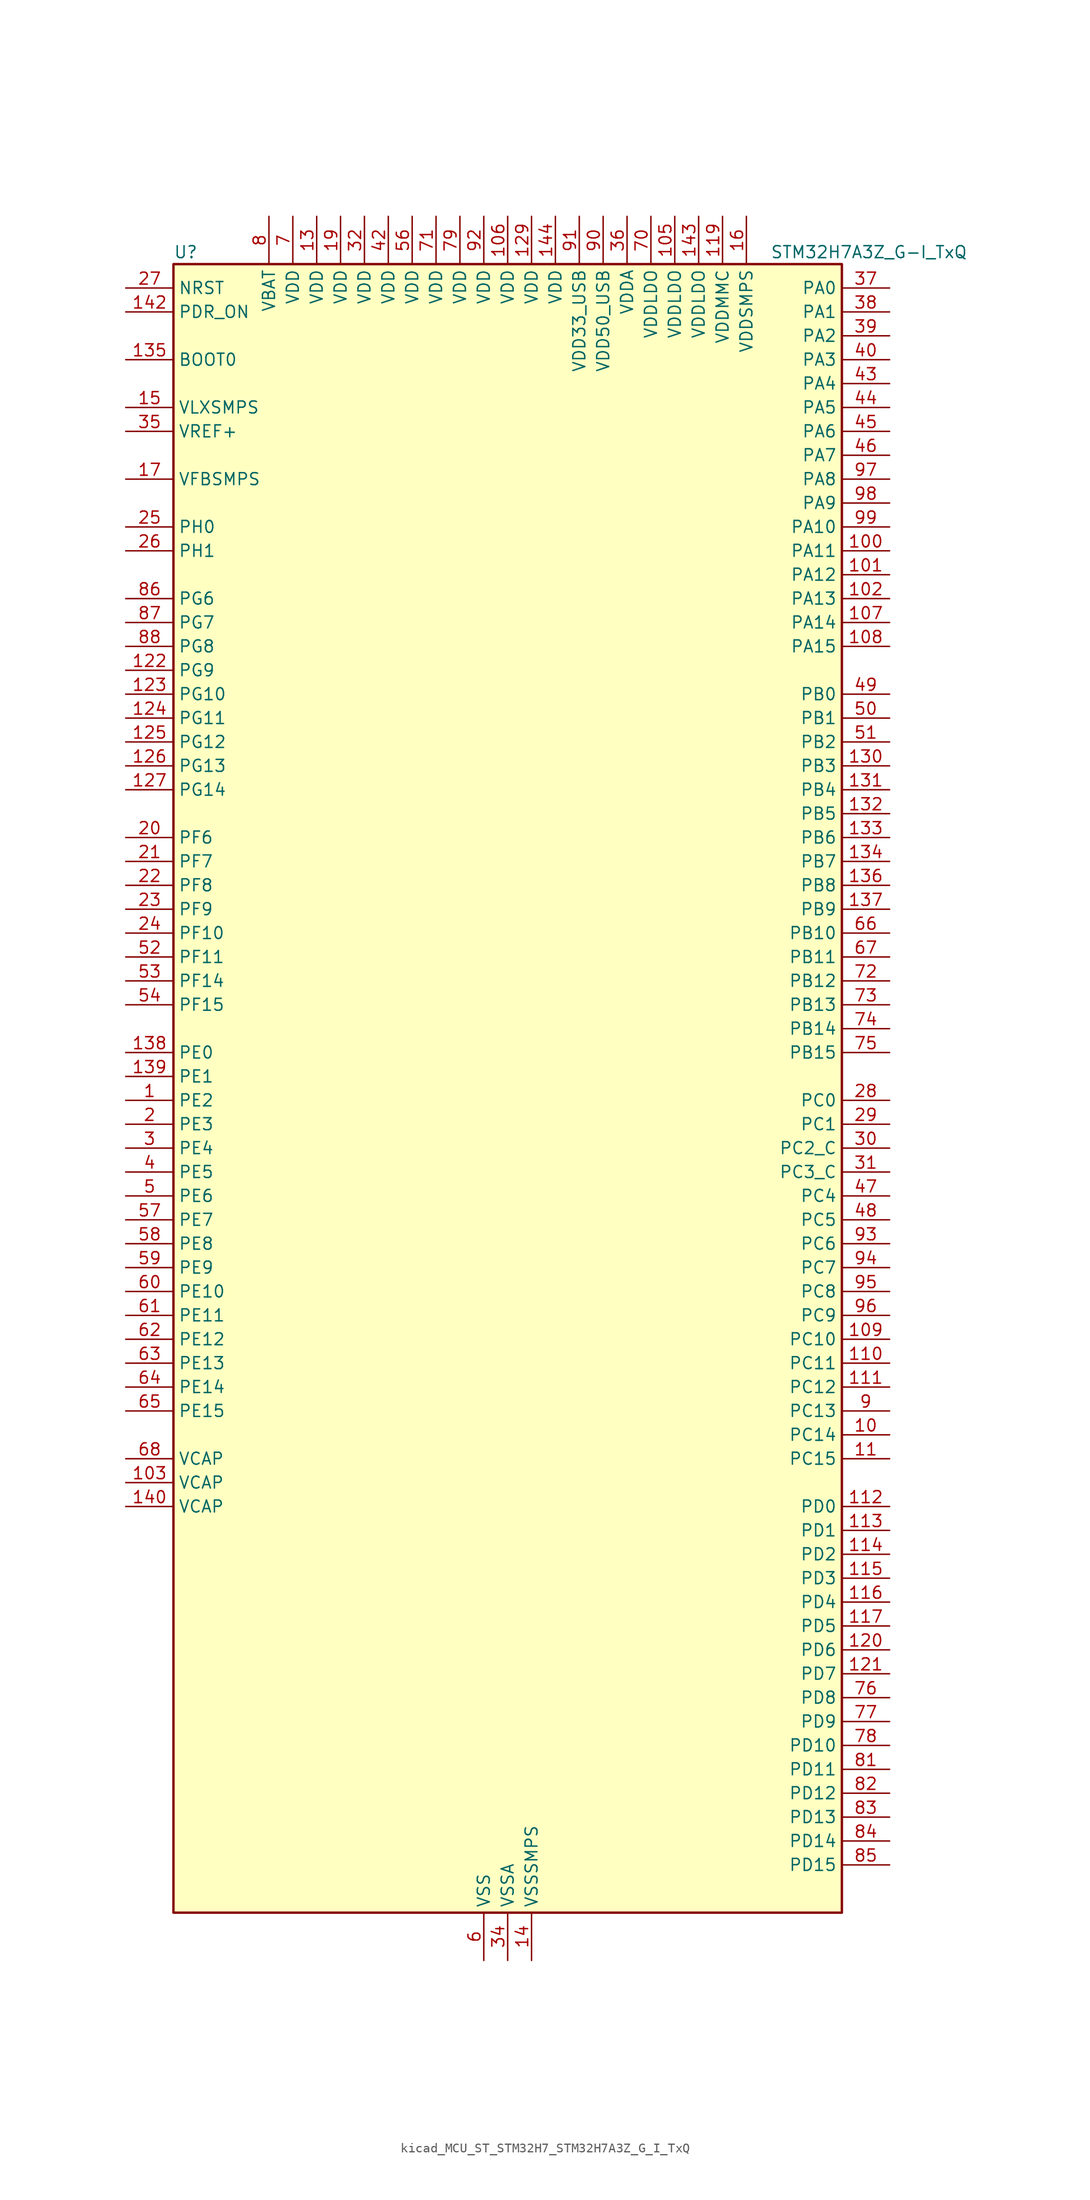
<source format=kicad_sym>
(kicad_symbol_lib
  (version 20220914)
  (generator kicad_symbol_editor)
  (symbol "kicad_MCU_ST_STM32H7_STM32H7A3Z_G_I_TxQ"
    (property "Reference" "U"
      (at -35.56 90.17 0)
      (effects (font (size 1.27 1.27)) (justify left)))
    (property "Value" "STM32H7A3Z_G-I_TxQ"
      (at 27.94 90.17 0)
      (effects (font (size 1.27 1.27)) (justify left)))
    (property "ki_locked" ""
      (at 0 0 0)
      (effects (font (size 1.27 1.27))))
    (symbol "kicad_MCU_ST_STM32H7_STM32H7A3Z_G_I_TxQ_0_1"
      (rectangle (start -35.56 -86.36) (end 35.56 88.9) (stroke (width 0.254) (type default)) (fill (type background))))
    (symbol "kicad_MCU_ST_STM32H7_STM32H7A3Z_G_I_TxQ_1_1"
      (pin bidirectional line (at -40.64 0 0) (length 5.08) (name "PE2" (effects (font (size 1.27 1.27)))) (number "1" (effects (font (size 1.27 1.27)))) (alternate "DEBUG_TRACECLK" bidirectional line) (alternate "FMC_A23" bidirectional line) (alternate "OCTOSPIM_P1_IO2" bidirectional line) (alternate "SAI1_CK1" bidirectional line) (alternate "SAI1_MCLK_A" bidirectional line) (alternate "SPI4_SCK" bidirectional line) (alternate "USART10_RX" bidirectional line))
      (pin bidirectional line (at 40.64 -35.56 180) (length 5.08) (name "PC14" (effects (font (size 1.27 1.27)))) (number "10" (effects (font (size 1.27 1.27)))) (alternate "RCC_OSC32_IN" bidirectional line))
      (pin bidirectional line (at 40.64 58.42 180) (length 5.08) (name "PA11" (effects (font (size 1.27 1.27)))) (number "100" (effects (font (size 1.27 1.27)))) (alternate "ADC1_EXTI11" bidirectional line) (alternate "ADC2_EXTI11" bidirectional line) (alternate "FDCAN1_RX" bidirectional line) (alternate "I2S2_WS" bidirectional line) (alternate "LPUART1_CTS" bidirectional line) (alternate "LTDC_R4" bidirectional line) (alternate "SPI2_NSS" bidirectional line) (alternate "TIM1_CH4" bidirectional line) (alternate "UART4_RX" bidirectional line) (alternate "USART1_CTS" bidirectional line) (alternate "USART1_NSS" bidirectional line) (alternate "USB_OTG_HS_DM" bidirectional line))
      (pin bidirectional line (at 40.64 55.88 180) (length 5.08) (name "PA12" (effects (font (size 1.27 1.27)))) (number "101" (effects (font (size 1.27 1.27)))) (alternate "FDCAN1_TX" bidirectional line) (alternate "I2S2_CK" bidirectional line) (alternate "LPUART1_DE" bidirectional line) (alternate "LPUART1_RTS" bidirectional line) (alternate "LTDC_R5" bidirectional line) (alternate "SAI2_FS_B" bidirectional line) (alternate "SPI2_SCK" bidirectional line) (alternate "TIM1_ETR" bidirectional line) (alternate "UART4_TX" bidirectional line) (alternate "USART1_DE" bidirectional line) (alternate "USART1_RTS" bidirectional line) (alternate "USB_OTG_HS_DP" bidirectional line))
      (pin bidirectional line (at 40.64 53.34 180) (length 5.08) (name "PA13" (effects (font (size 1.27 1.27)))) (number "102" (effects (font (size 1.27 1.27)))) (alternate "DEBUG_JTMS-SWDIO" bidirectional line))
      (pin power_out line (at -40.64 -40.64 0) (length 5.08) (name "VCAP" (effects (font (size 1.27 1.27)))) (number "103" (effects (font (size 1.27 1.27)))))
      (pin passive line (at -2.54 -91.44 90) (length 5.08) hide (name "VSS" (effects (font (size 1.27 1.27)))) (number "104" (effects (font (size 1.27 1.27)))))
      (pin power_in line (at 17.78 93.98 270) (length 5.08) (name "VDDLDO" (effects (font (size 1.27 1.27)))) (number "105" (effects (font (size 1.27 1.27)))))
      (pin power_in line (at 0 93.98 270) (length 5.08) (name "VDD" (effects (font (size 1.27 1.27)))) (number "106" (effects (font (size 1.27 1.27)))))
      (pin bidirectional line (at 40.64 50.8 180) (length 5.08) (name "PA14" (effects (font (size 1.27 1.27)))) (number "107" (effects (font (size 1.27 1.27)))) (alternate "DEBUG_JTCK-SWCLK" bidirectional line))
      (pin bidirectional line (at 40.64 48.26 180) (length 5.08) (name "PA15" (effects (font (size 1.27 1.27)))) (number "108" (effects (font (size 1.27 1.27)))) (alternate "ADC1_EXTI15" bidirectional line) (alternate "ADC2_EXTI15" bidirectional line) (alternate "CEC" bidirectional line) (alternate "DEBUG_JTDI" bidirectional line) (alternate "I2S1_WS" bidirectional line) (alternate "I2S3_WS" bidirectional line) (alternate "I2S6_WS" bidirectional line) (alternate "LTDC_B6" bidirectional line) (alternate "LTDC_R3" bidirectional line) (alternate "SPI1_NSS" bidirectional line) (alternate "SPI3_NSS" bidirectional line) (alternate "SPI6_NSS" bidirectional line) (alternate "TIM2_CH1" bidirectional line) (alternate "TIM2_ETR" bidirectional line) (alternate "UART4_DE" bidirectional line) (alternate "UART4_RTS" bidirectional line) (alternate "UART7_TX" bidirectional line))
      (pin bidirectional line (at 40.64 -25.4 180) (length 5.08) (name "PC10" (effects (font (size 1.27 1.27)))) (number "109" (effects (font (size 1.27 1.27)))) (alternate "DCMI_D8" bidirectional line) (alternate "DFSDM1_CKIN5" bidirectional line) (alternate "DFSDM2_CKIN0" bidirectional line) (alternate "I2S3_CK" bidirectional line) (alternate "LTDC_B1" bidirectional line) (alternate "LTDC_R2" bidirectional line) (alternate "OCTOSPIM_P1_IO1" bidirectional line) (alternate "PSSI_D8" bidirectional line) (alternate "SDMMC1_D2" bidirectional line) (alternate "SPI3_SCK" bidirectional line) (alternate "SWPMI1_RX" bidirectional line) (alternate "UART4_TX" bidirectional line) (alternate "USART3_TX" bidirectional line))
      (pin bidirectional line (at 40.64 -38.1 180) (length 5.08) (name "PC15" (effects (font (size 1.27 1.27)))) (number "11" (effects (font (size 1.27 1.27)))) (alternate "ADC1_EXTI15" bidirectional line) (alternate "ADC2_EXTI15" bidirectional line) (alternate "RCC_OSC32_OUT" bidirectional line))
      (pin bidirectional line (at 40.64 -27.94 180) (length 5.08) (name "PC11" (effects (font (size 1.27 1.27)))) (number "110" (effects (font (size 1.27 1.27)))) (alternate "ADC1_EXTI11" bidirectional line) (alternate "ADC2_EXTI11" bidirectional line) (alternate "DCMI_D4" bidirectional line) (alternate "DFSDM1_DATIN5" bidirectional line) (alternate "DFSDM2_DATIN0" bidirectional line) (alternate "I2S3_SDI" bidirectional line) (alternate "LTDC_B4" bidirectional line) (alternate "OCTOSPIM_P1_NCS" bidirectional line) (alternate "PSSI_D4" bidirectional line) (alternate "SDMMC1_D3" bidirectional line) (alternate "SPI3_MISO" bidirectional line) (alternate "UART4_RX" bidirectional line) (alternate "USART3_RX" bidirectional line))
      (pin bidirectional line (at 40.64 -30.48 180) (length 5.08) (name "PC12" (effects (font (size 1.27 1.27)))) (number "111" (effects (font (size 1.27 1.27)))) (alternate "DCMI_D9" bidirectional line) (alternate "DEBUG_TRACED3" bidirectional line) (alternate "DFSDM2_CKOUT" bidirectional line) (alternate "I2S3_SDO" bidirectional line) (alternate "I2S6_CK" bidirectional line) (alternate "LTDC_R6" bidirectional line) (alternate "PSSI_D9" bidirectional line) (alternate "SDMMC1_CK" bidirectional line) (alternate "SPI3_MOSI" bidirectional line) (alternate "SPI6_SCK" bidirectional line) (alternate "TIM15_CH1" bidirectional line) (alternate "UART5_TX" bidirectional line) (alternate "USART3_CK" bidirectional line))
      (pin bidirectional line (at 40.64 -43.18 180) (length 5.08) (name "PD0" (effects (font (size 1.27 1.27)))) (number "112" (effects (font (size 1.27 1.27)))) (alternate "DFSDM1_CKIN6" bidirectional line) (alternate "FDCAN1_RX" bidirectional line) (alternate "FMC_D2" bidirectional line) (alternate "FMC_DA2" bidirectional line) (alternate "LTDC_B1" bidirectional line) (alternate "UART4_RX" bidirectional line) (alternate "UART9_CTS" bidirectional line))
      (pin bidirectional line (at 40.64 -45.72 180) (length 5.08) (name "PD1" (effects (font (size 1.27 1.27)))) (number "113" (effects (font (size 1.27 1.27)))) (alternate "DFSDM1_DATIN6" bidirectional line) (alternate "FDCAN1_TX" bidirectional line) (alternate "FMC_D3" bidirectional line) (alternate "FMC_DA3" bidirectional line) (alternate "UART4_TX" bidirectional line))
      (pin bidirectional line (at 40.64 -48.26 180) (length 5.08) (name "PD2" (effects (font (size 1.27 1.27)))) (number "114" (effects (font (size 1.27 1.27)))) (alternate "DCMI_D11" bidirectional line) (alternate "DEBUG_TRACED2" bidirectional line) (alternate "LTDC_B2" bidirectional line) (alternate "LTDC_B7" bidirectional line) (alternate "PSSI_D11" bidirectional line) (alternate "SDMMC1_CMD" bidirectional line) (alternate "TIM15_BKIN" bidirectional line) (alternate "TIM3_ETR" bidirectional line) (alternate "UART5_RX" bidirectional line))
      (pin bidirectional line (at 40.64 -50.8 180) (length 5.08) (name "PD3" (effects (font (size 1.27 1.27)))) (number "115" (effects (font (size 1.27 1.27)))) (alternate "DCMI_D5" bidirectional line) (alternate "DFSDM1_CKOUT" bidirectional line) (alternate "FMC_CLK" bidirectional line) (alternate "I2S2_CK" bidirectional line) (alternate "LTDC_G7" bidirectional line) (alternate "PSSI_D5" bidirectional line) (alternate "SPI2_SCK" bidirectional line) (alternate "USART2_CTS" bidirectional line) (alternate "USART2_NSS" bidirectional line))
      (pin bidirectional line (at 40.64 -53.34 180) (length 5.08) (name "PD4" (effects (font (size 1.27 1.27)))) (number "116" (effects (font (size 1.27 1.27)))) (alternate "FMC_NOE" bidirectional line) (alternate "OCTOSPIM_P1_IO4" bidirectional line) (alternate "USART2_DE" bidirectional line) (alternate "USART2_RTS" bidirectional line))
      (pin bidirectional line (at 40.64 -55.88 180) (length 5.08) (name "PD5" (effects (font (size 1.27 1.27)))) (number "117" (effects (font (size 1.27 1.27)))) (alternate "FMC_NWE" bidirectional line) (alternate "OCTOSPIM_P1_IO5" bidirectional line) (alternate "USART2_TX" bidirectional line))
      (pin passive line (at -2.54 -91.44 90) (length 5.08) hide (name "VSS" (effects (font (size 1.27 1.27)))) (number "118" (effects (font (size 1.27 1.27)))))
      (pin power_in line (at 22.86 93.98 270) (length 5.08) (name "VDDMMC" (effects (font (size 1.27 1.27)))) (number "119" (effects (font (size 1.27 1.27)))))
      (pin passive line (at -2.54 -91.44 90) (length 5.08) hide (name "VSS" (effects (font (size 1.27 1.27)))) (number "12" (effects (font (size 1.27 1.27)))))
      (pin bidirectional line (at 40.64 -58.42 180) (length 5.08) (name "PD6" (effects (font (size 1.27 1.27)))) (number "120" (effects (font (size 1.27 1.27)))) (alternate "DCMI_D10" bidirectional line) (alternate "DFSDM1_CKIN4" bidirectional line) (alternate "DFSDM1_DATIN1" bidirectional line) (alternate "FMC_NWAIT" bidirectional line) (alternate "I2S3_SDO" bidirectional line) (alternate "LTDC_B2" bidirectional line) (alternate "OCTOSPIM_P1_IO6" bidirectional line) (alternate "PSSI_D10" bidirectional line) (alternate "SAI1_D1" bidirectional line) (alternate "SAI1_SD_A" bidirectional line) (alternate "SDMMC2_CK" bidirectional line) (alternate "SPI3_MOSI" bidirectional line) (alternate "USART2_RX" bidirectional line))
      (pin bidirectional line (at 40.64 -60.96 180) (length 5.08) (name "PD7" (effects (font (size 1.27 1.27)))) (number "121" (effects (font (size 1.27 1.27)))) (alternate "DFSDM1_CKIN1" bidirectional line) (alternate "DFSDM1_DATIN4" bidirectional line) (alternate "FMC_NE1" bidirectional line) (alternate "I2S1_SDO" bidirectional line) (alternate "OCTOSPIM_P1_IO7" bidirectional line) (alternate "SDMMC2_CMD" bidirectional line) (alternate "SPDIFRX_IN0" bidirectional line) (alternate "SPI1_MOSI" bidirectional line) (alternate "USART2_CK" bidirectional line))
      (pin bidirectional line (at -40.64 45.72 0) (length 5.08) (name "PG9" (effects (font (size 1.27 1.27)))) (number "122" (effects (font (size 1.27 1.27)))) (alternate "DAC1_EXTI9" bidirectional line) (alternate "DCMI_VSYNC" bidirectional line) (alternate "FMC_NCE" bidirectional line) (alternate "FMC_NE2" bidirectional line) (alternate "I2S1_SDI" bidirectional line) (alternate "OCTOSPIM_P1_IO6" bidirectional line) (alternate "PSSI_RDY" bidirectional line) (alternate "SAI2_FS_B" bidirectional line) (alternate "SDMMC2_D0" bidirectional line) (alternate "SPDIFRX_IN3" bidirectional line) (alternate "SPI1_MISO" bidirectional line) (alternate "USART6_RX" bidirectional line))
      (pin bidirectional line (at -40.64 43.18 0) (length 5.08) (name "PG10" (effects (font (size 1.27 1.27)))) (number "123" (effects (font (size 1.27 1.27)))) (alternate "DCMI_D2" bidirectional line) (alternate "FMC_NE3" bidirectional line) (alternate "I2S1_WS" bidirectional line) (alternate "LTDC_B2" bidirectional line) (alternate "LTDC_G3" bidirectional line) (alternate "OCTOSPIM_P2_IO6" bidirectional line) (alternate "PSSI_D2" bidirectional line) (alternate "SAI2_SD_B" bidirectional line) (alternate "SDMMC2_D1" bidirectional line) (alternate "SPI1_NSS" bidirectional line))
      (pin bidirectional line (at -40.64 40.64 0) (length 5.08) (name "PG11" (effects (font (size 1.27 1.27)))) (number "124" (effects (font (size 1.27 1.27)))) (alternate "ADC1_EXTI11" bidirectional line) (alternate "ADC2_EXTI11" bidirectional line) (alternate "DCMI_D3" bidirectional line) (alternate "I2S1_CK" bidirectional line) (alternate "LPTIM1_IN2" bidirectional line) (alternate "LTDC_B3" bidirectional line) (alternate "OCTOSPIM_P2_IO7" bidirectional line) (alternate "PSSI_D3" bidirectional line) (alternate "SDMMC2_D2" bidirectional line) (alternate "SPDIFRX_IN0" bidirectional line) (alternate "SPI1_SCK" bidirectional line) (alternate "USART10_RX" bidirectional line))
      (pin bidirectional line (at -40.64 38.1 0) (length 5.08) (name "PG12" (effects (font (size 1.27 1.27)))) (number "125" (effects (font (size 1.27 1.27)))) (alternate "FMC_NE4" bidirectional line) (alternate "I2S6_SDI" bidirectional line) (alternate "LPTIM1_IN1" bidirectional line) (alternate "LTDC_B1" bidirectional line) (alternate "LTDC_B4" bidirectional line) (alternate "OCTOSPIM_P2_NCS" bidirectional line) (alternate "SDMMC2_D3" bidirectional line) (alternate "SPDIFRX_IN1" bidirectional line) (alternate "SPI6_MISO" bidirectional line) (alternate "USART10_TX" bidirectional line) (alternate "USART6_DE" bidirectional line) (alternate "USART6_RTS" bidirectional line))
      (pin bidirectional line (at -40.64 35.56 0) (length 5.08) (name "PG13" (effects (font (size 1.27 1.27)))) (number "126" (effects (font (size 1.27 1.27)))) (alternate "DEBUG_TRACED0" bidirectional line) (alternate "FMC_A24" bidirectional line) (alternate "I2S6_CK" bidirectional line) (alternate "LPTIM1_OUT" bidirectional line) (alternate "LTDC_R0" bidirectional line) (alternate "SDMMC2_D6" bidirectional line) (alternate "SPI6_SCK" bidirectional line) (alternate "USART10_CTS" bidirectional line) (alternate "USART10_NSS" bidirectional line) (alternate "USART6_CTS" bidirectional line) (alternate "USART6_NSS" bidirectional line))
      (pin bidirectional line (at -40.64 33.02 0) (length 5.08) (name "PG14" (effects (font (size 1.27 1.27)))) (number "127" (effects (font (size 1.27 1.27)))) (alternate "DEBUG_TRACED1" bidirectional line) (alternate "FMC_A25" bidirectional line) (alternate "I2S6_SDO" bidirectional line) (alternate "LPTIM1_ETR" bidirectional line) (alternate "LTDC_B0" bidirectional line) (alternate "OCTOSPIM_P1_IO7" bidirectional line) (alternate "SDMMC2_D7" bidirectional line) (alternate "SPI6_MOSI" bidirectional line) (alternate "USART10_DE" bidirectional line) (alternate "USART10_RTS" bidirectional line) (alternate "USART6_TX" bidirectional line))
      (pin passive line (at -2.54 -91.44 90) (length 5.08) hide (name "VSS" (effects (font (size 1.27 1.27)))) (number "128" (effects (font (size 1.27 1.27)))))
      (pin power_in line (at 2.54 93.98 270) (length 5.08) (name "VDD" (effects (font (size 1.27 1.27)))) (number "129" (effects (font (size 1.27 1.27)))))
      (pin power_in line (at -20.32 93.98 270) (length 5.08) (name "VDD" (effects (font (size 1.27 1.27)))) (number "13" (effects (font (size 1.27 1.27)))))
      (pin bidirectional line (at 40.64 35.56 180) (length 5.08) (name "PB3" (effects (font (size 1.27 1.27)))) (number "130" (effects (font (size 1.27 1.27)))) (alternate "CRS_SYNC" bidirectional line) (alternate "DEBUG_JTDO-SWO" bidirectional line) (alternate "I2S1_CK" bidirectional line) (alternate "I2S3_CK" bidirectional line) (alternate "I2S6_CK" bidirectional line) (alternate "SDMMC2_D2" bidirectional line) (alternate "SPI1_SCK" bidirectional line) (alternate "SPI3_SCK" bidirectional line) (alternate "SPI6_SCK" bidirectional line) (alternate "TIM2_CH2" bidirectional line) (alternate "UART7_RX" bidirectional line))
      (pin bidirectional line (at 40.64 33.02 180) (length 5.08) (name "PB4" (effects (font (size 1.27 1.27)))) (number "131" (effects (font (size 1.27 1.27)))) (alternate "DEBUG_JTRST" bidirectional line) (alternate "I2S1_SDI" bidirectional line) (alternate "I2S2_WS" bidirectional line) (alternate "I2S3_SDI" bidirectional line) (alternate "I2S6_SDI" bidirectional line) (alternate "SDMMC2_D3" bidirectional line) (alternate "SPI1_MISO" bidirectional line) (alternate "SPI2_NSS" bidirectional line) (alternate "SPI3_MISO" bidirectional line) (alternate "SPI6_MISO" bidirectional line) (alternate "TIM16_BKIN" bidirectional line) (alternate "TIM3_CH1" bidirectional line) (alternate "UART7_TX" bidirectional line))
      (pin bidirectional line (at 40.64 30.48 180) (length 5.08) (name "PB5" (effects (font (size 1.27 1.27)))) (number "132" (effects (font (size 1.27 1.27)))) (alternate "DCMI_D10" bidirectional line) (alternate "FDCAN2_RX" bidirectional line) (alternate "FMC_SDCKE1" bidirectional line) (alternate "I2C1_SMBA" bidirectional line) (alternate "I2C4_SMBA" bidirectional line) (alternate "I2S1_SDO" bidirectional line) (alternate "I2S3_SDO" bidirectional line) (alternate "I2S6_SDO" bidirectional line) (alternate "LTDC_B5" bidirectional line) (alternate "PSSI_D10" bidirectional line) (alternate "SPI1_MOSI" bidirectional line) (alternate "SPI3_MOSI" bidirectional line) (alternate "SPI6_MOSI" bidirectional line) (alternate "TIM17_BKIN" bidirectional line) (alternate "TIM3_CH2" bidirectional line) (alternate "UART5_RX" bidirectional line) (alternate "USB_OTG_HS_ULPI_D7" bidirectional line))
      (pin bidirectional line (at 40.64 27.94 180) (length 5.08) (name "PB6" (effects (font (size 1.27 1.27)))) (number "133" (effects (font (size 1.27 1.27)))) (alternate "CEC" bidirectional line) (alternate "DCMI_D5" bidirectional line) (alternate "DFSDM1_DATIN5" bidirectional line) (alternate "FDCAN2_TX" bidirectional line) (alternate "FMC_SDNE1" bidirectional line) (alternate "I2C1_SCL" bidirectional line) (alternate "I2C4_SCL" bidirectional line) (alternate "LPUART1_TX" bidirectional line) (alternate "OCTOSPIM_P1_NCS" bidirectional line) (alternate "PSSI_D5" bidirectional line) (alternate "TIM16_CH1N" bidirectional line) (alternate "TIM4_CH1" bidirectional line) (alternate "UART5_TX" bidirectional line) (alternate "USART1_TX" bidirectional line))
      (pin bidirectional line (at 40.64 25.4 180) (length 5.08) (name "PB7" (effects (font (size 1.27 1.27)))) (number "134" (effects (font (size 1.27 1.27)))) (alternate "DCMI_VSYNC" bidirectional line) (alternate "DFSDM1_CKIN5" bidirectional line) (alternate "FMC_NL" bidirectional line) (alternate "I2C1_SDA" bidirectional line) (alternate "I2C4_SDA" bidirectional line) (alternate "LPUART1_RX" bidirectional line) (alternate "PSSI_RDY" bidirectional line) (alternate "PWR_PVD_IN" bidirectional line) (alternate "TIM17_CH1N" bidirectional line) (alternate "TIM4_CH2" bidirectional line) (alternate "USART1_RX" bidirectional line))
      (pin input line (at -40.64 78.74 0) (length 5.08) (name "BOOT0" (effects (font (size 1.27 1.27)))) (number "135" (effects (font (size 1.27 1.27)))))
      (pin bidirectional line (at 40.64 22.86 180) (length 5.08) (name "PB8" (effects (font (size 1.27 1.27)))) (number "136" (effects (font (size 1.27 1.27)))) (alternate "DCMI_D6" bidirectional line) (alternate "DFSDM1_CKIN7" bidirectional line) (alternate "FDCAN1_RX" bidirectional line) (alternate "I2C1_SCL" bidirectional line) (alternate "I2C4_SCL" bidirectional line) (alternate "LTDC_B6" bidirectional line) (alternate "PSSI_D6" bidirectional line) (alternate "SDMMC1_CKIN" bidirectional line) (alternate "SDMMC1_D4" bidirectional line) (alternate "SDMMC2_D4" bidirectional line) (alternate "TIM16_CH1" bidirectional line) (alternate "TIM4_CH3" bidirectional line) (alternate "UART4_RX" bidirectional line))
      (pin bidirectional line (at 40.64 20.32 180) (length 5.08) (name "PB9" (effects (font (size 1.27 1.27)))) (number "137" (effects (font (size 1.27 1.27)))) (alternate "DAC1_EXTI9" bidirectional line) (alternate "DCMI_D7" bidirectional line) (alternate "DFSDM1_DATIN7" bidirectional line) (alternate "FDCAN1_TX" bidirectional line) (alternate "I2C1_SDA" bidirectional line) (alternate "I2C4_SDA" bidirectional line) (alternate "I2C4_SMBA" bidirectional line) (alternate "I2S2_WS" bidirectional line) (alternate "LTDC_B7" bidirectional line) (alternate "PSSI_D7" bidirectional line) (alternate "SDMMC1_CDIR" bidirectional line) (alternate "SDMMC1_D5" bidirectional line) (alternate "SDMMC2_D5" bidirectional line) (alternate "SPI2_NSS" bidirectional line) (alternate "TIM17_CH1" bidirectional line) (alternate "TIM4_CH4" bidirectional line) (alternate "UART4_TX" bidirectional line))
      (pin bidirectional line (at -40.64 5.08 0) (length 5.08) (name "PE0" (effects (font (size 1.27 1.27)))) (number "138" (effects (font (size 1.27 1.27)))) (alternate "DCMI_D2" bidirectional line) (alternate "FMC_NBL0" bidirectional line) (alternate "LPTIM1_ETR" bidirectional line) (alternate "LPTIM2_ETR" bidirectional line) (alternate "LTDC_R0" bidirectional line) (alternate "PSSI_D2" bidirectional line) (alternate "SAI2_MCLK_A" bidirectional line) (alternate "TIM4_ETR" bidirectional line) (alternate "UART8_RX" bidirectional line))
      (pin bidirectional line (at -40.64 2.54 0) (length 5.08) (name "PE1" (effects (font (size 1.27 1.27)))) (number "139" (effects (font (size 1.27 1.27)))) (alternate "DCMI_D3" bidirectional line) (alternate "FMC_NBL1" bidirectional line) (alternate "LPTIM1_IN2" bidirectional line) (alternate "LTDC_R6" bidirectional line) (alternate "PSSI_D3" bidirectional line) (alternate "UART8_TX" bidirectional line))
      (pin power_in line (at 2.54 -91.44 90) (length 5.08) (name "VSSSMPS" (effects (font (size 1.27 1.27)))) (number "14" (effects (font (size 1.27 1.27)))))
      (pin power_out line (at -40.64 -43.18 0) (length 5.08) (name "VCAP" (effects (font (size 1.27 1.27)))) (number "140" (effects (font (size 1.27 1.27)))))
      (pin passive line (at -2.54 -91.44 90) (length 5.08) hide (name "VSS" (effects (font (size 1.27 1.27)))) (number "141" (effects (font (size 1.27 1.27)))))
      (pin input line (at -40.64 83.82 0) (length 5.08) (name "PDR_ON" (effects (font (size 1.27 1.27)))) (number "142" (effects (font (size 1.27 1.27)))))
      (pin power_in line (at 20.32 93.98 270) (length 5.08) (name "VDDLDO" (effects (font (size 1.27 1.27)))) (number "143" (effects (font (size 1.27 1.27)))))
      (pin power_in line (at 5.08 93.98 270) (length 5.08) (name "VDD" (effects (font (size 1.27 1.27)))) (number "144" (effects (font (size 1.27 1.27)))))
      (pin power_in line (at -40.64 73.66 0) (length 5.08) (name "VLXSMPS" (effects (font (size 1.27 1.27)))) (number "15" (effects (font (size 1.27 1.27)))))
      (pin power_in line (at 25.4 93.98 270) (length 5.08) (name "VDDSMPS" (effects (font (size 1.27 1.27)))) (number "16" (effects (font (size 1.27 1.27)))))
      (pin input line (at -40.64 66.04 0) (length 5.08) (name "VFBSMPS" (effects (font (size 1.27 1.27)))) (number "17" (effects (font (size 1.27 1.27)))))
      (pin passive line (at -2.54 -91.44 90) (length 5.08) hide (name "VSS" (effects (font (size 1.27 1.27)))) (number "18" (effects (font (size 1.27 1.27)))))
      (pin power_in line (at -17.78 93.98 270) (length 5.08) (name "VDD" (effects (font (size 1.27 1.27)))) (number "19" (effects (font (size 1.27 1.27)))))
      (pin bidirectional line (at -40.64 -2.54 0) (length 5.08) (name "PE3" (effects (font (size 1.27 1.27)))) (number "2" (effects (font (size 1.27 1.27)))) (alternate "DEBUG_TRACED0" bidirectional line) (alternate "FMC_A19" bidirectional line) (alternate "SAI1_SD_B" bidirectional line) (alternate "TIM15_BKIN" bidirectional line) (alternate "USART10_TX" bidirectional line))
      (pin bidirectional line (at -40.64 27.94 0) (length 5.08) (name "PF6" (effects (font (size 1.27 1.27)))) (number "20" (effects (font (size 1.27 1.27)))) (alternate "OCTOSPIM_P1_IO3" bidirectional line) (alternate "SAI1_SD_B" bidirectional line) (alternate "SPI5_NSS" bidirectional line) (alternate "TIM16_CH1" bidirectional line) (alternate "UART7_RX" bidirectional line))
      (pin bidirectional line (at -40.64 25.4 0) (length 5.08) (name "PF7" (effects (font (size 1.27 1.27)))) (number "21" (effects (font (size 1.27 1.27)))) (alternate "OCTOSPIM_P1_IO2" bidirectional line) (alternate "SAI1_MCLK_B" bidirectional line) (alternate "SPI5_SCK" bidirectional line) (alternate "TIM17_CH1" bidirectional line) (alternate "UART7_TX" bidirectional line))
      (pin bidirectional line (at -40.64 22.86 0) (length 5.08) (name "PF8" (effects (font (size 1.27 1.27)))) (number "22" (effects (font (size 1.27 1.27)))) (alternate "OCTOSPIM_P1_IO0" bidirectional line) (alternate "SAI1_SCK_B" bidirectional line) (alternate "SPI5_MISO" bidirectional line) (alternate "TIM13_CH1" bidirectional line) (alternate "TIM16_CH1N" bidirectional line) (alternate "UART7_DE" bidirectional line) (alternate "UART7_RTS" bidirectional line))
      (pin bidirectional line (at -40.64 20.32 0) (length 5.08) (name "PF9" (effects (font (size 1.27 1.27)))) (number "23" (effects (font (size 1.27 1.27)))) (alternate "DAC1_EXTI9" bidirectional line) (alternate "OCTOSPIM_P1_IO1" bidirectional line) (alternate "SAI1_FS_B" bidirectional line) (alternate "SPI5_MOSI" bidirectional line) (alternate "TIM14_CH1" bidirectional line) (alternate "TIM17_CH1N" bidirectional line) (alternate "UART7_CTS" bidirectional line))
      (pin bidirectional line (at -40.64 17.78 0) (length 5.08) (name "PF10" (effects (font (size 1.27 1.27)))) (number "24" (effects (font (size 1.27 1.27)))) (alternate "DCMI_D11" bidirectional line) (alternate "LTDC_DE" bidirectional line) (alternate "OCTOSPIM_P1_CLK" bidirectional line) (alternate "PSSI_D11" bidirectional line) (alternate "PSSI_D15" bidirectional line) (alternate "SAI1_D3" bidirectional line) (alternate "TIM16_BKIN" bidirectional line))
      (pin bidirectional line (at -40.64 60.96 0) (length 5.08) (name "PH0" (effects (font (size 1.27 1.27)))) (number "25" (effects (font (size 1.27 1.27)))) (alternate "RCC_OSC_IN" bidirectional line))
      (pin bidirectional line (at -40.64 58.42 0) (length 5.08) (name "PH1" (effects (font (size 1.27 1.27)))) (number "26" (effects (font (size 1.27 1.27)))) (alternate "RCC_OSC_OUT" bidirectional line))
      (pin input line (at -40.64 86.36 0) (length 5.08) (name "NRST" (effects (font (size 1.27 1.27)))) (number "27" (effects (font (size 1.27 1.27)))))
      (pin bidirectional line (at 40.64 0 180) (length 5.08) (name "PC0" (effects (font (size 1.27 1.27)))) (number "28" (effects (font (size 1.27 1.27)))) (alternate "ADC1_INP10" bidirectional line) (alternate "ADC2_INP10" bidirectional line) (alternate "DFSDM1_CKIN0" bidirectional line) (alternate "DFSDM1_DATIN4" bidirectional line) (alternate "FMC_A25" bidirectional line) (alternate "FMC_SDNWE" bidirectional line) (alternate "LTDC_G2" bidirectional line) (alternate "LTDC_R5" bidirectional line) (alternate "SAI2_FS_B" bidirectional line) (alternate "USB_OTG_HS_ULPI_STP" bidirectional line))
      (pin bidirectional line (at 40.64 -2.54 180) (length 5.08) (name "PC1" (effects (font (size 1.27 1.27)))) (number "29" (effects (font (size 1.27 1.27)))) (alternate "ADC1_INN10" bidirectional line) (alternate "ADC1_INP11" bidirectional line) (alternate "ADC2_INN10" bidirectional line) (alternate "ADC2_INP11" bidirectional line) (alternate "DEBUG_TRACED0" bidirectional line) (alternate "DFSDM1_CKIN4" bidirectional line) (alternate "DFSDM1_DATIN0" bidirectional line) (alternate "I2S2_SDO" bidirectional line) (alternate "LTDC_G5" bidirectional line) (alternate "MDIOS_MDC" bidirectional line) (alternate "OCTOSPIM_P1_IO4" bidirectional line) (alternate "PWR_WKUP6" bidirectional line) (alternate "RTC_TAMP3" bidirectional line) (alternate "SAI1_D1" bidirectional line) (alternate "SAI1_SD_A" bidirectional line) (alternate "SDMMC2_CK" bidirectional line) (alternate "SPI2_MOSI" bidirectional line))
      (pin bidirectional line (at -40.64 -5.08 0) (length 5.08) (name "PE4" (effects (font (size 1.27 1.27)))) (number "3" (effects (font (size 1.27 1.27)))) (alternate "DCMI_D4" bidirectional line) (alternate "DEBUG_TRACED1" bidirectional line) (alternate "DFSDM1_DATIN3" bidirectional line) (alternate "FMC_A20" bidirectional line) (alternate "LTDC_B0" bidirectional line) (alternate "PSSI_D4" bidirectional line) (alternate "SAI1_D2" bidirectional line) (alternate "SAI1_FS_A" bidirectional line) (alternate "SPI4_NSS" bidirectional line) (alternate "TIM15_CH1N" bidirectional line))
      (pin bidirectional line (at 40.64 -5.08 180) (length 5.08) (name "PC2_C" (effects (font (size 1.27 1.27)))) (number "30" (effects (font (size 1.27 1.27)))) (alternate "ADC2_INN1" bidirectional line) (alternate "ADC2_INP0" bidirectional line) (alternate "DFSDM1_CKIN1" bidirectional line) (alternate "DFSDM1_CKOUT" bidirectional line) (alternate "FMC_SDNE0" bidirectional line) (alternate "I2S2_SDI" bidirectional line) (alternate "OCTOSPIM_P1_IO2" bidirectional line) (alternate "OCTOSPIM_P1_IO5" bidirectional line) (alternate "PWR_CSTOP" bidirectional line) (alternate "SPI2_MISO" bidirectional line) (alternate "USB_OTG_HS_ULPI_DIR" bidirectional line))
      (pin bidirectional line (at 40.64 -7.62 180) (length 5.08) (name "PC3_C" (effects (font (size 1.27 1.27)))) (number "31" (effects (font (size 1.27 1.27)))) (alternate "ADC2_INP1" bidirectional line) (alternate "DFSDM1_DATIN1" bidirectional line) (alternate "FMC_SDCKE0" bidirectional line) (alternate "I2S2_SDO" bidirectional line) (alternate "OCTOSPIM_P1_IO0" bidirectional line) (alternate "OCTOSPIM_P1_IO6" bidirectional line) (alternate "PWR_CSLEEP" bidirectional line) (alternate "SPI2_MOSI" bidirectional line) (alternate "USB_OTG_HS_ULPI_NXT" bidirectional line))
      (pin power_in line (at -15.24 93.98 270) (length 5.08) (name "VDD" (effects (font (size 1.27 1.27)))) (number "32" (effects (font (size 1.27 1.27)))))
      (pin passive line (at -2.54 -91.44 90) (length 5.08) hide (name "VSS" (effects (font (size 1.27 1.27)))) (number "33" (effects (font (size 1.27 1.27)))))
      (pin power_in line (at 0 -91.44 90) (length 5.08) (name "VSSA" (effects (font (size 1.27 1.27)))) (number "34" (effects (font (size 1.27 1.27)))))
      (pin input line (at -40.64 71.12 0) (length 5.08) (name "VREF+" (effects (font (size 1.27 1.27)))) (number "35" (effects (font (size 1.27 1.27)))) (alternate "VREFBUF_OUT" bidirectional line))
      (pin power_in line (at 12.7 93.98 270) (length 5.08) (name "VDDA" (effects (font (size 1.27 1.27)))) (number "36" (effects (font (size 1.27 1.27)))))
      (pin bidirectional line (at 40.64 86.36 180) (length 5.08) (name "PA0" (effects (font (size 1.27 1.27)))) (number "37" (effects (font (size 1.27 1.27)))) (alternate "ADC1_INP16" bidirectional line) (alternate "I2S6_WS" bidirectional line) (alternate "PWR_WKUP1" bidirectional line) (alternate "SAI2_SD_B" bidirectional line) (alternate "SDMMC2_CMD" bidirectional line) (alternate "SPI6_NSS" bidirectional line) (alternate "TIM15_BKIN" bidirectional line) (alternate "TIM2_CH1" bidirectional line) (alternate "TIM2_ETR" bidirectional line) (alternate "TIM5_CH1" bidirectional line) (alternate "TIM8_ETR" bidirectional line) (alternate "UART4_TX" bidirectional line) (alternate "USART2_CTS" bidirectional line) (alternate "USART2_NSS" bidirectional line))
      (pin bidirectional line (at 40.64 83.82 180) (length 5.08) (name "PA1" (effects (font (size 1.27 1.27)))) (number "38" (effects (font (size 1.27 1.27)))) (alternate "ADC1_INN16" bidirectional line) (alternate "ADC1_INP17" bidirectional line) (alternate "LPTIM3_OUT" bidirectional line) (alternate "LTDC_R2" bidirectional line) (alternate "OCTOSPIM_P1_DQS" bidirectional line) (alternate "OCTOSPIM_P1_IO3" bidirectional line) (alternate "SAI2_MCLK_B" bidirectional line) (alternate "TIM15_CH1N" bidirectional line) (alternate "TIM2_CH2" bidirectional line) (alternate "TIM5_CH2" bidirectional line) (alternate "UART4_RX" bidirectional line) (alternate "USART2_DE" bidirectional line) (alternate "USART2_RTS" bidirectional line))
      (pin bidirectional line (at 40.64 81.28 180) (length 5.08) (name "PA2" (effects (font (size 1.27 1.27)))) (number "39" (effects (font (size 1.27 1.27)))) (alternate "ADC1_INP14" bidirectional line) (alternate "DFSDM2_CKIN1" bidirectional line) (alternate "LTDC_R1" bidirectional line) (alternate "MDIOS_MDIO" bidirectional line) (alternate "PWR_WKUP2" bidirectional line) (alternate "SAI2_SCK_B" bidirectional line) (alternate "TIM15_CH1" bidirectional line) (alternate "TIM2_CH3" bidirectional line) (alternate "TIM5_CH3" bidirectional line) (alternate "USART2_TX" bidirectional line))
      (pin bidirectional line (at -40.64 -7.62 0) (length 5.08) (name "PE5" (effects (font (size 1.27 1.27)))) (number "4" (effects (font (size 1.27 1.27)))) (alternate "DCMI_D6" bidirectional line) (alternate "DEBUG_TRACED2" bidirectional line) (alternate "DFSDM1_CKIN3" bidirectional line) (alternate "FMC_A21" bidirectional line) (alternate "LTDC_G0" bidirectional line) (alternate "PSSI_D6" bidirectional line) (alternate "SAI1_CK2" bidirectional line) (alternate "SAI1_SCK_A" bidirectional line) (alternate "SPI4_MISO" bidirectional line) (alternate "TIM15_CH1" bidirectional line))
      (pin bidirectional line (at 40.64 78.74 180) (length 5.08) (name "PA3" (effects (font (size 1.27 1.27)))) (number "40" (effects (font (size 1.27 1.27)))) (alternate "ADC1_INP15" bidirectional line) (alternate "I2S6_MCK" bidirectional line) (alternate "LTDC_B2" bidirectional line) (alternate "LTDC_B5" bidirectional line) (alternate "OCTOSPIM_P1_CLK" bidirectional line) (alternate "TIM15_CH2" bidirectional line) (alternate "TIM2_CH4" bidirectional line) (alternate "TIM5_CH4" bidirectional line) (alternate "USART2_RX" bidirectional line) (alternate "USB_OTG_HS_ULPI_D0" bidirectional line))
      (pin passive line (at -2.54 -91.44 90) (length 5.08) hide (name "VSS" (effects (font (size 1.27 1.27)))) (number "41" (effects (font (size 1.27 1.27)))))
      (pin power_in line (at -12.7 93.98 270) (length 5.08) (name "VDD" (effects (font (size 1.27 1.27)))) (number "42" (effects (font (size 1.27 1.27)))))
      (pin bidirectional line (at 40.64 76.2 180) (length 5.08) (name "PA4" (effects (font (size 1.27 1.27)))) (number "43" (effects (font (size 1.27 1.27)))) (alternate "ADC1_INP18" bidirectional line) (alternate "DAC1_OUT1" bidirectional line) (alternate "DCMI_HSYNC" bidirectional line) (alternate "I2S1_WS" bidirectional line) (alternate "I2S3_WS" bidirectional line) (alternate "I2S6_WS" bidirectional line) (alternate "LTDC_VSYNC" bidirectional line) (alternate "PSSI_DE" bidirectional line) (alternate "SPI1_NSS" bidirectional line) (alternate "SPI3_NSS" bidirectional line) (alternate "SPI6_NSS" bidirectional line) (alternate "TIM5_ETR" bidirectional line) (alternate "USART2_CK" bidirectional line))
      (pin bidirectional line (at 40.64 73.66 180) (length 5.08) (name "PA5" (effects (font (size 1.27 1.27)))) (number "44" (effects (font (size 1.27 1.27)))) (alternate "ADC1_INN18" bidirectional line) (alternate "ADC1_INP19" bidirectional line) (alternate "DAC1_OUT2" bidirectional line) (alternate "I2S1_CK" bidirectional line) (alternate "I2S6_CK" bidirectional line) (alternate "LTDC_R4" bidirectional line) (alternate "PSSI_D14" bidirectional line) (alternate "PWR_NDSTOP2" bidirectional line) (alternate "SPI1_SCK" bidirectional line) (alternate "SPI6_SCK" bidirectional line) (alternate "TIM2_CH1" bidirectional line) (alternate "TIM2_ETR" bidirectional line) (alternate "TIM8_CH1N" bidirectional line) (alternate "USB_OTG_HS_ULPI_CK" bidirectional line))
      (pin bidirectional line (at 40.64 71.12 180) (length 5.08) (name "PA6" (effects (font (size 1.27 1.27)))) (number "45" (effects (font (size 1.27 1.27)))) (alternate "ADC1_INP3" bidirectional line) (alternate "ADC2_INP3" bidirectional line) (alternate "DAC2_OUT1" bidirectional line) (alternate "DCMI_PIXCLK" bidirectional line) (alternate "I2S1_SDI" bidirectional line) (alternate "I2S6_SDI" bidirectional line) (alternate "LTDC_G2" bidirectional line) (alternate "MDIOS_MDC" bidirectional line) (alternate "OCTOSPIM_P1_IO3" bidirectional line) (alternate "PSSI_PDCK" bidirectional line) (alternate "SPI1_MISO" bidirectional line) (alternate "SPI6_MISO" bidirectional line) (alternate "TIM13_CH1" bidirectional line) (alternate "TIM1_BKIN" bidirectional line) (alternate "TIM1_BKIN_COMP1" bidirectional line) (alternate "TIM1_BKIN_COMP2" bidirectional line) (alternate "TIM3_CH1" bidirectional line) (alternate "TIM8_BKIN" bidirectional line) (alternate "TIM8_BKIN_COMP1" bidirectional line) (alternate "TIM8_BKIN_COMP2" bidirectional line))
      (pin bidirectional line (at 40.64 68.58 180) (length 5.08) (name "PA7" (effects (font (size 1.27 1.27)))) (number "46" (effects (font (size 1.27 1.27)))) (alternate "ADC1_INN3" bidirectional line) (alternate "ADC1_INP7" bidirectional line) (alternate "ADC2_INN3" bidirectional line) (alternate "ADC2_INP7" bidirectional line) (alternate "DFSDM2_DATIN1" bidirectional line) (alternate "FMC_SDNWE" bidirectional line) (alternate "I2S1_SDO" bidirectional line) (alternate "I2S6_SDO" bidirectional line) (alternate "LTDC_VSYNC" bidirectional line) (alternate "OCTOSPIM_P1_IO2" bidirectional line) (alternate "OPAMP1_VINM" bidirectional line) (alternate "SPI1_MOSI" bidirectional line) (alternate "SPI6_MOSI" bidirectional line) (alternate "TIM14_CH1" bidirectional line) (alternate "TIM1_CH1N" bidirectional line) (alternate "TIM3_CH2" bidirectional line) (alternate "TIM8_CH1N" bidirectional line))
      (pin bidirectional line (at 40.64 -10.16 180) (length 5.08) (name "PC4" (effects (font (size 1.27 1.27)))) (number "47" (effects (font (size 1.27 1.27)))) (alternate "ADC1_INP4" bidirectional line) (alternate "ADC2_INP4" bidirectional line) (alternate "COMP1_INM" bidirectional line) (alternate "DFSDM1_CKIN2" bidirectional line) (alternate "FMC_SDNE0" bidirectional line) (alternate "I2S1_MCK" bidirectional line) (alternate "LTDC_R7" bidirectional line) (alternate "OPAMP1_VOUT" bidirectional line) (alternate "SPDIFRX_IN2" bidirectional line))
      (pin bidirectional line (at 40.64 -12.7 180) (length 5.08) (name "PC5" (effects (font (size 1.27 1.27)))) (number "48" (effects (font (size 1.27 1.27)))) (alternate "ADC1_INN4" bidirectional line) (alternate "ADC1_INP8" bidirectional line) (alternate "ADC2_INN4" bidirectional line) (alternate "ADC2_INP8" bidirectional line) (alternate "COMP1_OUT" bidirectional line) (alternate "DFSDM1_DATIN2" bidirectional line) (alternate "FMC_SDCKE0" bidirectional line) (alternate "LTDC_DE" bidirectional line) (alternate "OCTOSPIM_P1_DQS" bidirectional line) (alternate "OPAMP1_VINM" bidirectional line) (alternate "PSSI_D15" bidirectional line) (alternate "SAI1_D3" bidirectional line) (alternate "SPDIFRX_IN3" bidirectional line))
      (pin bidirectional line (at 40.64 43.18 180) (length 5.08) (name "PB0" (effects (font (size 1.27 1.27)))) (number "49" (effects (font (size 1.27 1.27)))) (alternate "ADC1_INN5" bidirectional line) (alternate "ADC1_INP9" bidirectional line) (alternate "ADC2_INN5" bidirectional line) (alternate "ADC2_INP9" bidirectional line) (alternate "COMP1_INP" bidirectional line) (alternate "DFSDM1_CKOUT" bidirectional line) (alternate "DFSDM2_CKOUT" bidirectional line) (alternate "LTDC_G1" bidirectional line) (alternate "LTDC_R3" bidirectional line) (alternate "OCTOSPIM_P1_IO1" bidirectional line) (alternate "OPAMP1_VINP" bidirectional line) (alternate "TIM1_CH2N" bidirectional line) (alternate "TIM3_CH3" bidirectional line) (alternate "TIM8_CH2N" bidirectional line) (alternate "UART4_CTS" bidirectional line) (alternate "USB_OTG_HS_ULPI_D1" bidirectional line))
      (pin bidirectional line (at -40.64 -10.16 0) (length 5.08) (name "PE6" (effects (font (size 1.27 1.27)))) (number "5" (effects (font (size 1.27 1.27)))) (alternate "DCMI_D7" bidirectional line) (alternate "DEBUG_TRACED3" bidirectional line) (alternate "FMC_A22" bidirectional line) (alternate "LTDC_G1" bidirectional line) (alternate "PSSI_D7" bidirectional line) (alternate "SAI1_D1" bidirectional line) (alternate "SAI1_SD_A" bidirectional line) (alternate "SAI2_MCLK_B" bidirectional line) (alternate "SPI4_MOSI" bidirectional line) (alternate "TIM15_CH2" bidirectional line) (alternate "TIM1_BKIN2" bidirectional line) (alternate "TIM1_BKIN2_COMP1" bidirectional line) (alternate "TIM1_BKIN2_COMP2" bidirectional line))
      (pin bidirectional line (at 40.64 40.64 180) (length 5.08) (name "PB1" (effects (font (size 1.27 1.27)))) (number "50" (effects (font (size 1.27 1.27)))) (alternate "ADC1_INP5" bidirectional line) (alternate "ADC2_INP5" bidirectional line) (alternate "COMP1_INM" bidirectional line) (alternate "DFSDM1_DATIN1" bidirectional line) (alternate "LTDC_G0" bidirectional line) (alternate "LTDC_R6" bidirectional line) (alternate "OCTOSPIM_P1_IO0" bidirectional line) (alternate "TIM1_CH3N" bidirectional line) (alternate "TIM3_CH4" bidirectional line) (alternate "TIM8_CH3N" bidirectional line) (alternate "USB_OTG_HS_ULPI_D2" bidirectional line))
      (pin bidirectional line (at 40.64 38.1 180) (length 5.08) (name "PB2" (effects (font (size 1.27 1.27)))) (number "51" (effects (font (size 1.27 1.27)))) (alternate "COMP1_INP" bidirectional line) (alternate "DFSDM1_CKIN1" bidirectional line) (alternate "I2S3_SDO" bidirectional line) (alternate "OCTOSPIM_P1_CLK" bidirectional line) (alternate "OCTOSPIM_P1_DQS" bidirectional line) (alternate "RTC_OUT_ALARM" bidirectional line) (alternate "RTC_OUT_CALIB" bidirectional line) (alternate "SAI1_D1" bidirectional line) (alternate "SAI1_SD_A" bidirectional line) (alternate "SPI3_MOSI" bidirectional line))
      (pin bidirectional line (at -40.64 15.24 0) (length 5.08) (name "PF11" (effects (font (size 1.27 1.27)))) (number "52" (effects (font (size 1.27 1.27)))) (alternate "ADC1_EXTI11" bidirectional line) (alternate "ADC1_INP2" bidirectional line) (alternate "ADC2_EXTI11" bidirectional line) (alternate "DCMI_D12" bidirectional line) (alternate "FMC_SDNRAS" bidirectional line) (alternate "OCTOSPIM_P1_NCLK" bidirectional line) (alternate "PSSI_D12" bidirectional line) (alternate "SAI2_SD_B" bidirectional line) (alternate "SPI5_MOSI" bidirectional line))
      (pin bidirectional line (at -40.64 12.7 0) (length 5.08) (name "PF14" (effects (font (size 1.27 1.27)))) (number "53" (effects (font (size 1.27 1.27)))) (alternate "ADC2_INN2" bidirectional line) (alternate "ADC2_INP6" bidirectional line) (alternate "DFSDM1_CKIN6" bidirectional line) (alternate "FMC_A8" bidirectional line) (alternate "I2C4_SCL" bidirectional line))
      (pin bidirectional line (at -40.64 10.16 0) (length 5.08) (name "PF15" (effects (font (size 1.27 1.27)))) (number "54" (effects (font (size 1.27 1.27)))) (alternate "ADC1_EXTI15" bidirectional line) (alternate "ADC2_EXTI15" bidirectional line) (alternate "FMC_A9" bidirectional line) (alternate "I2C4_SDA" bidirectional line))
      (pin passive line (at -2.54 -91.44 90) (length 5.08) hide (name "VSS" (effects (font (size 1.27 1.27)))) (number "55" (effects (font (size 1.27 1.27)))))
      (pin power_in line (at -10.16 93.98 270) (length 5.08) (name "VDD" (effects (font (size 1.27 1.27)))) (number "56" (effects (font (size 1.27 1.27)))))
      (pin bidirectional line (at -40.64 -12.7 0) (length 5.08) (name "PE7" (effects (font (size 1.27 1.27)))) (number "57" (effects (font (size 1.27 1.27)))) (alternate "COMP2_INM" bidirectional line) (alternate "DFSDM1_DATIN2" bidirectional line) (alternate "FMC_D4" bidirectional line) (alternate "FMC_DA4" bidirectional line) (alternate "OCTOSPIM_P1_IO4" bidirectional line) (alternate "OPAMP2_VOUT" bidirectional line) (alternate "TIM1_ETR" bidirectional line) (alternate "UART7_RX" bidirectional line))
      (pin bidirectional line (at -40.64 -15.24 0) (length 5.08) (name "PE8" (effects (font (size 1.27 1.27)))) (number "58" (effects (font (size 1.27 1.27)))) (alternate "COMP2_OUT" bidirectional line) (alternate "DFSDM1_CKIN2" bidirectional line) (alternate "FMC_D5" bidirectional line) (alternate "FMC_DA5" bidirectional line) (alternate "OCTOSPIM_P1_IO5" bidirectional line) (alternate "OPAMP2_VINM" bidirectional line) (alternate "TIM1_CH1N" bidirectional line) (alternate "UART7_TX" bidirectional line))
      (pin bidirectional line (at -40.64 -17.78 0) (length 5.08) (name "PE9" (effects (font (size 1.27 1.27)))) (number "59" (effects (font (size 1.27 1.27)))) (alternate "COMP2_INP" bidirectional line) (alternate "DAC1_EXTI9" bidirectional line) (alternate "DFSDM1_CKOUT" bidirectional line) (alternate "FMC_D6" bidirectional line) (alternate "FMC_DA6" bidirectional line) (alternate "OCTOSPIM_P1_IO6" bidirectional line) (alternate "OPAMP2_VINP" bidirectional line) (alternate "TIM1_CH1" bidirectional line) (alternate "UART7_DE" bidirectional line) (alternate "UART7_RTS" bidirectional line))
      (pin power_in line (at -2.54 -91.44 90) (length 5.08) (name "VSS" (effects (font (size 1.27 1.27)))) (number "6" (effects (font (size 1.27 1.27)))))
      (pin bidirectional line (at -40.64 -20.32 0) (length 5.08) (name "PE10" (effects (font (size 1.27 1.27)))) (number "60" (effects (font (size 1.27 1.27)))) (alternate "COMP2_INM" bidirectional line) (alternate "DFSDM1_DATIN4" bidirectional line) (alternate "FMC_D7" bidirectional line) (alternate "FMC_DA7" bidirectional line) (alternate "OCTOSPIM_P1_IO7" bidirectional line) (alternate "TIM1_CH2N" bidirectional line) (alternate "UART7_CTS" bidirectional line))
      (pin bidirectional line (at -40.64 -22.86 0) (length 5.08) (name "PE11" (effects (font (size 1.27 1.27)))) (number "61" (effects (font (size 1.27 1.27)))) (alternate "ADC1_EXTI11" bidirectional line) (alternate "ADC2_EXTI11" bidirectional line) (alternate "COMP2_INP" bidirectional line) (alternate "DFSDM1_CKIN4" bidirectional line) (alternate "FMC_D8" bidirectional line) (alternate "FMC_DA8" bidirectional line) (alternate "LTDC_G3" bidirectional line) (alternate "OCTOSPIM_P1_NCS" bidirectional line) (alternate "SAI2_SD_B" bidirectional line) (alternate "SPI4_NSS" bidirectional line) (alternate "TIM1_CH2" bidirectional line))
      (pin bidirectional line (at -40.64 -25.4 0) (length 5.08) (name "PE12" (effects (font (size 1.27 1.27)))) (number "62" (effects (font (size 1.27 1.27)))) (alternate "COMP1_OUT" bidirectional line) (alternate "DFSDM1_DATIN5" bidirectional line) (alternate "FMC_D9" bidirectional line) (alternate "FMC_DA9" bidirectional line) (alternate "LTDC_B4" bidirectional line) (alternate "SAI2_SCK_B" bidirectional line) (alternate "SPI4_SCK" bidirectional line) (alternate "TIM1_CH3N" bidirectional line))
      (pin bidirectional line (at -40.64 -27.94 0) (length 5.08) (name "PE13" (effects (font (size 1.27 1.27)))) (number "63" (effects (font (size 1.27 1.27)))) (alternate "COMP2_OUT" bidirectional line) (alternate "DFSDM1_CKIN5" bidirectional line) (alternate "FMC_D10" bidirectional line) (alternate "FMC_DA10" bidirectional line) (alternate "LTDC_DE" bidirectional line) (alternate "SAI2_FS_B" bidirectional line) (alternate "SPI4_MISO" bidirectional line) (alternate "TIM1_CH3" bidirectional line))
      (pin bidirectional line (at -40.64 -30.48 0) (length 5.08) (name "PE14" (effects (font (size 1.27 1.27)))) (number "64" (effects (font (size 1.27 1.27)))) (alternate "FMC_D11" bidirectional line) (alternate "FMC_DA11" bidirectional line) (alternate "LTDC_CLK" bidirectional line) (alternate "SAI2_MCLK_B" bidirectional line) (alternate "SPI4_MOSI" bidirectional line) (alternate "TIM1_CH4" bidirectional line))
      (pin bidirectional line (at -40.64 -33.02 0) (length 5.08) (name "PE15" (effects (font (size 1.27 1.27)))) (number "65" (effects (font (size 1.27 1.27)))) (alternate "ADC1_EXTI15" bidirectional line) (alternate "ADC2_EXTI15" bidirectional line) (alternate "FMC_D12" bidirectional line) (alternate "FMC_DA12" bidirectional line) (alternate "LTDC_R7" bidirectional line) (alternate "TIM1_BKIN" bidirectional line) (alternate "TIM1_BKIN_COMP1" bidirectional line) (alternate "TIM1_BKIN_COMP2" bidirectional line) (alternate "USART10_CK" bidirectional line))
      (pin bidirectional line (at 40.64 17.78 180) (length 5.08) (name "PB10" (effects (font (size 1.27 1.27)))) (number "66" (effects (font (size 1.27 1.27)))) (alternate "DFSDM1_DATIN7" bidirectional line) (alternate "I2C2_SCL" bidirectional line) (alternate "I2S2_CK" bidirectional line) (alternate "LPTIM2_IN1" bidirectional line) (alternate "LTDC_G4" bidirectional line) (alternate "OCTOSPIM_P1_NCS" bidirectional line) (alternate "SPI2_SCK" bidirectional line) (alternate "TIM2_CH3" bidirectional line) (alternate "USART3_TX" bidirectional line) (alternate "USB_OTG_HS_ULPI_D3" bidirectional line))
      (pin bidirectional line (at 40.64 15.24 180) (length 5.08) (name "PB11" (effects (font (size 1.27 1.27)))) (number "67" (effects (font (size 1.27 1.27)))) (alternate "ADC1_EXTI11" bidirectional line) (alternate "ADC2_EXTI11" bidirectional line) (alternate "DFSDM1_CKIN7" bidirectional line) (alternate "I2C2_SDA" bidirectional line) (alternate "LPTIM2_ETR" bidirectional line) (alternate "LTDC_G5" bidirectional line) (alternate "TIM2_CH4" bidirectional line) (alternate "USART3_RX" bidirectional line) (alternate "USB_OTG_HS_ULPI_D4" bidirectional line))
      (pin power_out line (at -40.64 -38.1 0) (length 5.08) (name "VCAP" (effects (font (size 1.27 1.27)))) (number "68" (effects (font (size 1.27 1.27)))))
      (pin passive line (at -2.54 -91.44 90) (length 5.08) hide (name "VSS" (effects (font (size 1.27 1.27)))) (number "69" (effects (font (size 1.27 1.27)))))
      (pin power_in line (at -22.86 93.98 270) (length 5.08) (name "VDD" (effects (font (size 1.27 1.27)))) (number "7" (effects (font (size 1.27 1.27)))))
      (pin power_in line (at 15.24 93.98 270) (length 5.08) (name "VDDLDO" (effects (font (size 1.27 1.27)))) (number "70" (effects (font (size 1.27 1.27)))))
      (pin power_in line (at -7.62 93.98 270) (length 5.08) (name "VDD" (effects (font (size 1.27 1.27)))) (number "71" (effects (font (size 1.27 1.27)))))
      (pin bidirectional line (at 40.64 12.7 180) (length 5.08) (name "PB12" (effects (font (size 1.27 1.27)))) (number "72" (effects (font (size 1.27 1.27)))) (alternate "DFSDM1_DATIN1" bidirectional line) (alternate "DFSDM2_DATIN1" bidirectional line) (alternate "FDCAN2_RX" bidirectional line) (alternate "I2C2_SMBA" bidirectional line) (alternate "I2S2_WS" bidirectional line) (alternate "OCTOSPIM_P1_NCLK" bidirectional line) (alternate "SPI2_NSS" bidirectional line) (alternate "TIM1_BKIN" bidirectional line) (alternate "TIM1_BKIN_COMP1" bidirectional line) (alternate "TIM1_BKIN_COMP2" bidirectional line) (alternate "UART5_RX" bidirectional line) (alternate "USART3_CK" bidirectional line) (alternate "USB_OTG_HS_ULPI_D5" bidirectional line))
      (pin bidirectional line (at 40.64 10.16 180) (length 5.08) (name "PB13" (effects (font (size 1.27 1.27)))) (number "73" (effects (font (size 1.27 1.27)))) (alternate "DCMI_D2" bidirectional line) (alternate "DFSDM1_CKIN1" bidirectional line) (alternate "DFSDM2_CKIN1" bidirectional line) (alternate "FDCAN2_TX" bidirectional line) (alternate "I2S2_CK" bidirectional line) (alternate "LPTIM2_OUT" bidirectional line) (alternate "PSSI_D2" bidirectional line) (alternate "SDMMC1_D0" bidirectional line) (alternate "SPI2_SCK" bidirectional line) (alternate "TIM1_CH1N" bidirectional line) (alternate "UART5_TX" bidirectional line) (alternate "USART3_CTS" bidirectional line) (alternate "USART3_NSS" bidirectional line) (alternate "USB_OTG_HS_ULPI_D6" bidirectional line))
      (pin bidirectional line (at 40.64 7.62 180) (length 5.08) (name "PB14" (effects (font (size 1.27 1.27)))) (number "74" (effects (font (size 1.27 1.27)))) (alternate "DFSDM1_DATIN2" bidirectional line) (alternate "I2S2_SDI" bidirectional line) (alternate "LTDC_CLK" bidirectional line) (alternate "SDMMC2_D0" bidirectional line) (alternate "SPI2_MISO" bidirectional line) (alternate "TIM12_CH1" bidirectional line) (alternate "TIM1_CH2N" bidirectional line) (alternate "TIM8_CH2N" bidirectional line) (alternate "UART4_DE" bidirectional line) (alternate "UART4_RTS" bidirectional line) (alternate "USART1_TX" bidirectional line) (alternate "USART3_DE" bidirectional line) (alternate "USART3_RTS" bidirectional line))
      (pin bidirectional line (at 40.64 5.08 180) (length 5.08) (name "PB15" (effects (font (size 1.27 1.27)))) (number "75" (effects (font (size 1.27 1.27)))) (alternate "ADC1_EXTI15" bidirectional line) (alternate "ADC2_EXTI15" bidirectional line) (alternate "DFSDM1_CKIN2" bidirectional line) (alternate "I2S2_SDO" bidirectional line) (alternate "LTDC_G7" bidirectional line) (alternate "RTC_REFIN" bidirectional line) (alternate "SDMMC2_D1" bidirectional line) (alternate "SPI2_MOSI" bidirectional line) (alternate "TIM12_CH2" bidirectional line) (alternate "TIM1_CH3N" bidirectional line) (alternate "TIM8_CH3N" bidirectional line) (alternate "UART4_CTS" bidirectional line) (alternate "USART1_RX" bidirectional line))
      (pin bidirectional line (at 40.64 -63.5 180) (length 5.08) (name "PD8" (effects (font (size 1.27 1.27)))) (number "76" (effects (font (size 1.27 1.27)))) (alternate "DFSDM1_CKIN3" bidirectional line) (alternate "FMC_D13" bidirectional line) (alternate "FMC_DA13" bidirectional line) (alternate "SPDIFRX_IN1" bidirectional line) (alternate "USART3_TX" bidirectional line))
      (pin bidirectional line (at 40.64 -66.04 180) (length 5.08) (name "PD9" (effects (font (size 1.27 1.27)))) (number "77" (effects (font (size 1.27 1.27)))) (alternate "DAC1_EXTI9" bidirectional line) (alternate "DFSDM1_DATIN3" bidirectional line) (alternate "FMC_D14" bidirectional line) (alternate "FMC_DA14" bidirectional line) (alternate "USART3_RX" bidirectional line))
      (pin bidirectional line (at 40.64 -68.58 180) (length 5.08) (name "PD10" (effects (font (size 1.27 1.27)))) (number "78" (effects (font (size 1.27 1.27)))) (alternate "DFSDM1_CKOUT" bidirectional line) (alternate "DFSDM2_CKOUT" bidirectional line) (alternate "FMC_D15" bidirectional line) (alternate "FMC_DA15" bidirectional line) (alternate "LTDC_B3" bidirectional line) (alternate "USART3_CK" bidirectional line))
      (pin power_in line (at -5.08 93.98 270) (length 5.08) (name "VDD" (effects (font (size 1.27 1.27)))) (number "79" (effects (font (size 1.27 1.27)))))
      (pin power_in line (at -25.4 93.98 270) (length 5.08) (name "VBAT" (effects (font (size 1.27 1.27)))) (number "8" (effects (font (size 1.27 1.27)))))
      (pin passive line (at -2.54 -91.44 90) (length 5.08) hide (name "VSS" (effects (font (size 1.27 1.27)))) (number "80" (effects (font (size 1.27 1.27)))))
      (pin bidirectional line (at 40.64 -71.12 180) (length 5.08) (name "PD11" (effects (font (size 1.27 1.27)))) (number "81" (effects (font (size 1.27 1.27)))) (alternate "ADC1_EXTI11" bidirectional line) (alternate "ADC2_EXTI11" bidirectional line) (alternate "FMC_A16" bidirectional line) (alternate "FMC_CLE" bidirectional line) (alternate "I2C4_SMBA" bidirectional line) (alternate "LPTIM2_IN2" bidirectional line) (alternate "OCTOSPIM_P1_IO0" bidirectional line) (alternate "SAI2_SD_A" bidirectional line) (alternate "USART3_CTS" bidirectional line) (alternate "USART3_NSS" bidirectional line))
      (pin bidirectional line (at 40.64 -73.66 180) (length 5.08) (name "PD12" (effects (font (size 1.27 1.27)))) (number "82" (effects (font (size 1.27 1.27)))) (alternate "DCMI_D12" bidirectional line) (alternate "FMC_A17" bidirectional line) (alternate "FMC_ALE" bidirectional line) (alternate "I2C4_SCL" bidirectional line) (alternate "LPTIM1_IN1" bidirectional line) (alternate "LPTIM2_IN1" bidirectional line) (alternate "OCTOSPIM_P1_IO1" bidirectional line) (alternate "PSSI_D12" bidirectional line) (alternate "SAI2_FS_A" bidirectional line) (alternate "TIM4_CH1" bidirectional line) (alternate "USART3_DE" bidirectional line) (alternate "USART3_RTS" bidirectional line))
      (pin bidirectional line (at 40.64 -76.2 180) (length 5.08) (name "PD13" (effects (font (size 1.27 1.27)))) (number "83" (effects (font (size 1.27 1.27)))) (alternate "DCMI_D13" bidirectional line) (alternate "FMC_A18" bidirectional line) (alternate "I2C4_SDA" bidirectional line) (alternate "LPTIM1_OUT" bidirectional line) (alternate "OCTOSPIM_P1_IO3" bidirectional line) (alternate "PSSI_D13" bidirectional line) (alternate "SAI2_SCK_A" bidirectional line) (alternate "TIM4_CH2" bidirectional line) (alternate "UART9_DE" bidirectional line) (alternate "UART9_RTS" bidirectional line))
      (pin bidirectional line (at 40.64 -78.74 180) (length 5.08) (name "PD14" (effects (font (size 1.27 1.27)))) (number "84" (effects (font (size 1.27 1.27)))) (alternate "FMC_D0" bidirectional line) (alternate "FMC_DA0" bidirectional line) (alternate "TIM4_CH3" bidirectional line) (alternate "UART8_CTS" bidirectional line) (alternate "UART9_RX" bidirectional line))
      (pin bidirectional line (at 40.64 -81.28 180) (length 5.08) (name "PD15" (effects (font (size 1.27 1.27)))) (number "85" (effects (font (size 1.27 1.27)))) (alternate "ADC1_EXTI15" bidirectional line) (alternate "ADC2_EXTI15" bidirectional line) (alternate "FMC_D1" bidirectional line) (alternate "FMC_DA1" bidirectional line) (alternate "TIM4_CH4" bidirectional line) (alternate "UART8_DE" bidirectional line) (alternate "UART8_RTS" bidirectional line) (alternate "UART9_TX" bidirectional line))
      (pin bidirectional line (at -40.64 53.34 0) (length 5.08) (name "PG6" (effects (font (size 1.27 1.27)))) (number "86" (effects (font (size 1.27 1.27)))) (alternate "DCMI_D12" bidirectional line) (alternate "FMC_NE3" bidirectional line) (alternate "LTDC_R7" bidirectional line) (alternate "OCTOSPIM_P1_NCS" bidirectional line) (alternate "PSSI_D12" bidirectional line) (alternate "TIM17_BKIN" bidirectional line))
      (pin bidirectional line (at -40.64 50.8 0) (length 5.08) (name "PG7" (effects (font (size 1.27 1.27)))) (number "87" (effects (font (size 1.27 1.27)))) (alternate "DCMI_D13" bidirectional line) (alternate "FMC_INT" bidirectional line) (alternate "LTDC_CLK" bidirectional line) (alternate "OCTOSPIM_P2_DQS" bidirectional line) (alternate "PSSI_D13" bidirectional line) (alternate "SAI1_MCLK_A" bidirectional line) (alternate "USART6_CK" bidirectional line))
      (pin bidirectional line (at -40.64 48.26 0) (length 5.08) (name "PG8" (effects (font (size 1.27 1.27)))) (number "88" (effects (font (size 1.27 1.27)))) (alternate "FMC_SDCLK" bidirectional line) (alternate "I2S6_WS" bidirectional line) (alternate "LTDC_G7" bidirectional line) (alternate "SPDIFRX_IN2" bidirectional line) (alternate "SPI6_NSS" bidirectional line) (alternate "TIM8_ETR" bidirectional line) (alternate "USART6_DE" bidirectional line) (alternate "USART6_RTS" bidirectional line))
      (pin passive line (at -2.54 -91.44 90) (length 5.08) hide (name "VSS" (effects (font (size 1.27 1.27)))) (number "89" (effects (font (size 1.27 1.27)))))
      (pin bidirectional line (at 40.64 -33.02 180) (length 5.08) (name "PC13" (effects (font (size 1.27 1.27)))) (number "9" (effects (font (size 1.27 1.27)))) (alternate "PWR_WKUP4" bidirectional line) (alternate "RTC_OUT_ALARM" bidirectional line) (alternate "RTC_OUT_CALIB" bidirectional line) (alternate "RTC_TAMP1" bidirectional line) (alternate "RTC_TS" bidirectional line))
      (pin power_in line (at 10.16 93.98 270) (length 5.08) (name "VDD50_USB" (effects (font (size 1.27 1.27)))) (number "90" (effects (font (size 1.27 1.27)))))
      (pin power_in line (at 7.62 93.98 270) (length 5.08) (name "VDD33_USB" (effects (font (size 1.27 1.27)))) (number "91" (effects (font (size 1.27 1.27)))))
      (pin power_in line (at -2.54 93.98 270) (length 5.08) (name "VDD" (effects (font (size 1.27 1.27)))) (number "92" (effects (font (size 1.27 1.27)))))
      (pin bidirectional line (at 40.64 -15.24 180) (length 5.08) (name "PC6" (effects (font (size 1.27 1.27)))) (number "93" (effects (font (size 1.27 1.27)))) (alternate "DCMI_D0" bidirectional line) (alternate "DFSDM1_CKIN3" bidirectional line) (alternate "FMC_NWAIT" bidirectional line) (alternate "I2S2_MCK" bidirectional line) (alternate "LTDC_HSYNC" bidirectional line) (alternate "PSSI_D0" bidirectional line) (alternate "SDMMC1_D0DIR" bidirectional line) (alternate "SDMMC1_D6" bidirectional line) (alternate "SDMMC2_D6" bidirectional line) (alternate "SWPMI1_IO" bidirectional line) (alternate "TIM3_CH1" bidirectional line) (alternate "TIM8_CH1" bidirectional line) (alternate "USART6_TX" bidirectional line))
      (pin bidirectional line (at 40.64 -17.78 180) (length 5.08) (name "PC7" (effects (font (size 1.27 1.27)))) (number "94" (effects (font (size 1.27 1.27)))) (alternate "DCMI_D1" bidirectional line) (alternate "DEBUG_TRGIO" bidirectional line) (alternate "DFSDM1_DATIN3" bidirectional line) (alternate "FMC_NE1" bidirectional line) (alternate "I2S3_MCK" bidirectional line) (alternate "LTDC_G6" bidirectional line) (alternate "PSSI_D1" bidirectional line) (alternate "SDMMC1_D123DIR" bidirectional line) (alternate "SDMMC1_D7" bidirectional line) (alternate "SDMMC2_D7" bidirectional line) (alternate "SWPMI1_TX" bidirectional line) (alternate "TIM3_CH2" bidirectional line) (alternate "TIM8_CH2" bidirectional line) (alternate "USART6_RX" bidirectional line))
      (pin bidirectional line (at 40.64 -20.32 180) (length 5.08) (name "PC8" (effects (font (size 1.27 1.27)))) (number "95" (effects (font (size 1.27 1.27)))) (alternate "DCMI_D2" bidirectional line) (alternate "DEBUG_TRACED1" bidirectional line) (alternate "FMC_INT" bidirectional line) (alternate "FMC_NCE" bidirectional line) (alternate "FMC_NE2" bidirectional line) (alternate "PSSI_D2" bidirectional line) (alternate "SDMMC1_D0" bidirectional line) (alternate "SWPMI1_RX" bidirectional line) (alternate "TIM3_CH3" bidirectional line) (alternate "TIM8_CH3" bidirectional line) (alternate "UART5_DE" bidirectional line) (alternate "UART5_RTS" bidirectional line) (alternate "USART6_CK" bidirectional line))
      (pin bidirectional line (at 40.64 -22.86 180) (length 5.08) (name "PC9" (effects (font (size 1.27 1.27)))) (number "96" (effects (font (size 1.27 1.27)))) (alternate "DAC1_EXTI9" bidirectional line) (alternate "DCMI_D3" bidirectional line) (alternate "I2C3_SDA" bidirectional line) (alternate "I2S_CKIN" bidirectional line) (alternate "LTDC_B2" bidirectional line) (alternate "LTDC_G3" bidirectional line) (alternate "OCTOSPIM_P1_IO0" bidirectional line) (alternate "PSSI_D3" bidirectional line) (alternate "RCC_MCO_2" bidirectional line) (alternate "SDMMC1_D1" bidirectional line) (alternate "SWPMI1_SUSPEND" bidirectional line) (alternate "TIM3_CH4" bidirectional line) (alternate "TIM8_CH4" bidirectional line) (alternate "UART5_CTS" bidirectional line))
      (pin bidirectional line (at 40.64 66.04 180) (length 5.08) (name "PA8" (effects (font (size 1.27 1.27)))) (number "97" (effects (font (size 1.27 1.27)))) (alternate "I2C3_SCL" bidirectional line) (alternate "LTDC_B3" bidirectional line) (alternate "LTDC_R6" bidirectional line) (alternate "RCC_MCO_1" bidirectional line) (alternate "TIM1_CH1" bidirectional line) (alternate "TIM8_BKIN2" bidirectional line) (alternate "TIM8_BKIN2_COMP1" bidirectional line) (alternate "TIM8_BKIN2_COMP2" bidirectional line) (alternate "UART7_RX" bidirectional line) (alternate "USART1_CK" bidirectional line) (alternate "USB_OTG_HS_SOF" bidirectional line))
      (pin bidirectional line (at 40.64 63.5 180) (length 5.08) (name "PA9" (effects (font (size 1.27 1.27)))) (number "98" (effects (font (size 1.27 1.27)))) (alternate "DAC1_EXTI9" bidirectional line) (alternate "DCMI_D0" bidirectional line) (alternate "I2C3_SMBA" bidirectional line) (alternate "I2S2_CK" bidirectional line) (alternate "LPUART1_TX" bidirectional line) (alternate "LTDC_R5" bidirectional line) (alternate "PSSI_D0" bidirectional line) (alternate "SPI2_SCK" bidirectional line) (alternate "TIM1_CH2" bidirectional line) (alternate "USART1_TX" bidirectional line) (alternate "USB_OTG_HS_VBUS" bidirectional line))
      (pin bidirectional line (at 40.64 60.96 180) (length 5.08) (name "PA10" (effects (font (size 1.27 1.27)))) (number "99" (effects (font (size 1.27 1.27)))) (alternate "DCMI_D1" bidirectional line) (alternate "LPUART1_RX" bidirectional line) (alternate "LTDC_B1" bidirectional line) (alternate "LTDC_B4" bidirectional line) (alternate "MDIOS_MDIO" bidirectional line) (alternate "PSSI_D1" bidirectional line) (alternate "TIM1_CH3" bidirectional line) (alternate "USART1_RX" bidirectional line) (alternate "USB_OTG_HS_ID" bidirectional line)))))
</source>
